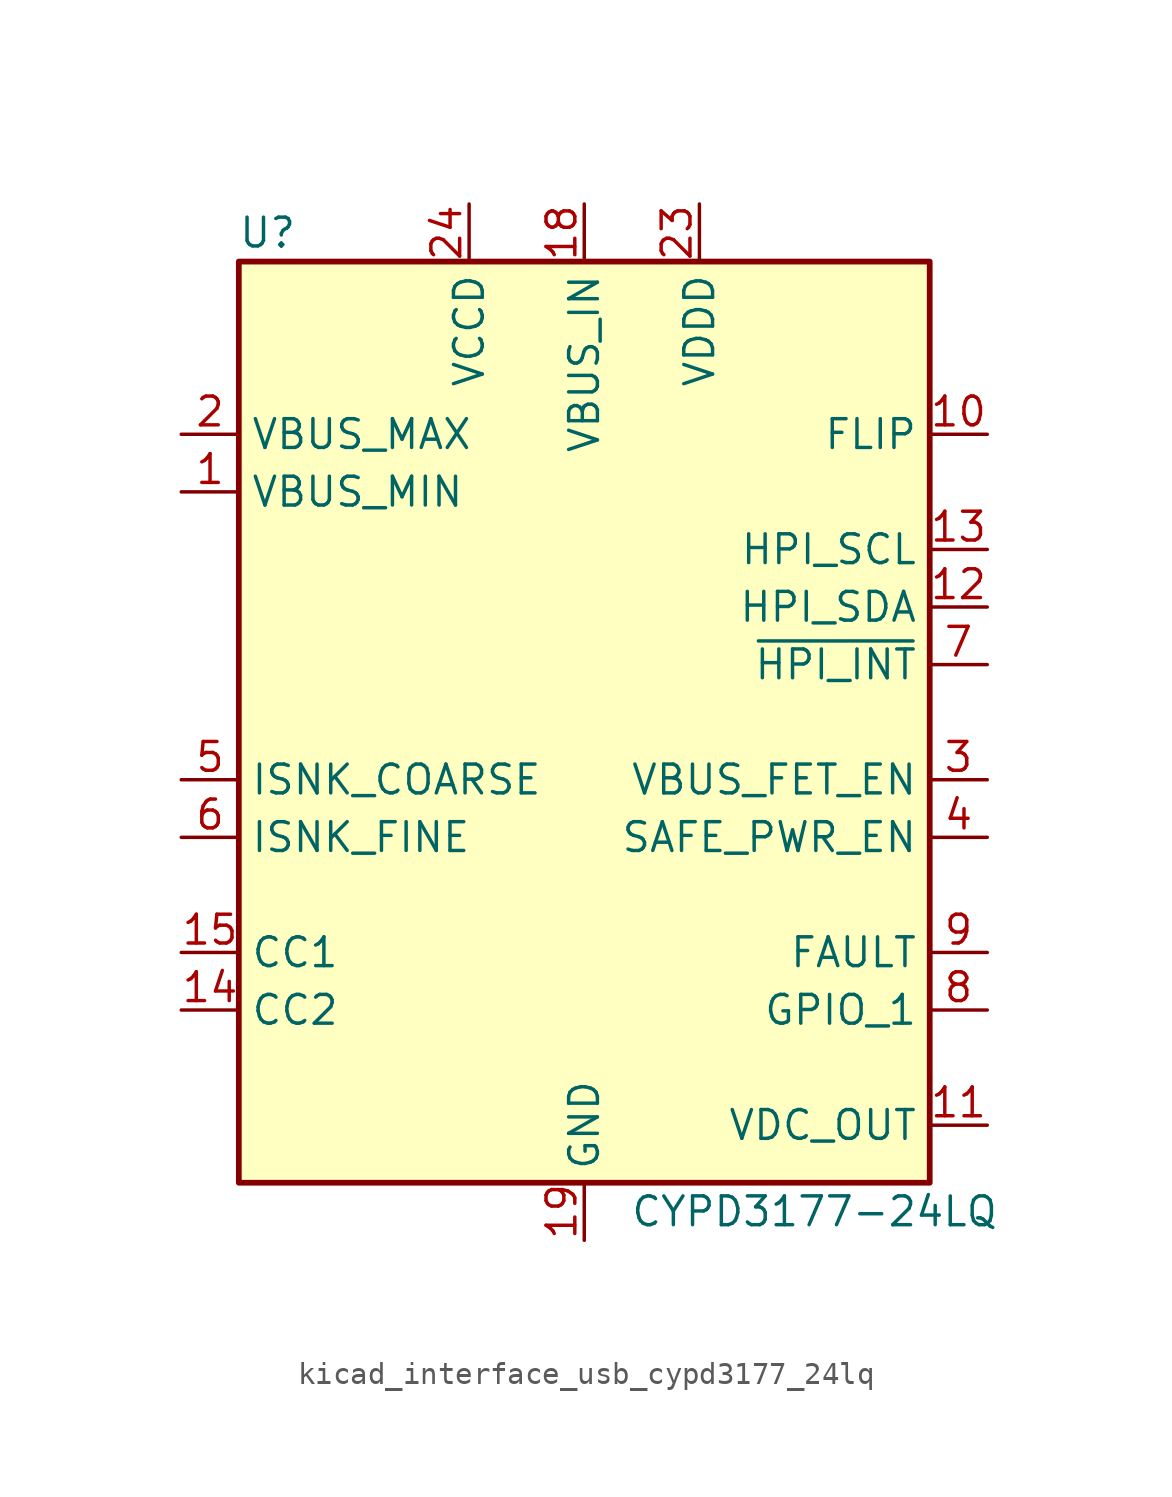
<source format=kicad_sym>
(kicad_symbol_lib
  (version 20220914)
  (generator kicad_symbol_editor)
  (symbol "kicad_interface_usb_cypd3177_24lq"
    (property "Reference" "U"
      (at -13.97 21.59 0)
      (effects (font (size 1.27 1.27))))
    (property "Value" "CYPD3177-24LQ"
      (at 10.16 -21.59 0)
      (effects (font (size 1.27 1.27))))
    (symbol "kicad_interface_usb_cypd3177_24lq_0_1"
      (rectangle (start -15.24 20.32) (end 15.24 -20.32) (stroke (width 0.254) (type default)) (fill (type background))))
    (symbol "kicad_interface_usb_cypd3177_24lq_1_1"
      (pin input line (at -17.78 10.16 0) (length 2.54) (name "VBUS_MIN" (effects (font (size 1.27 1.27)))) (number "1" (effects (font (size 1.27 1.27)))))
      (pin output line (at 17.78 12.7 180) (length 2.54) (name "FLIP" (effects (font (size 1.27 1.27)))) (number "10" (effects (font (size 1.27 1.27)))))
      (pin output line (at 17.78 -17.78 180) (length 2.54) (name "VDC_OUT" (effects (font (size 1.27 1.27)))) (number "11" (effects (font (size 1.27 1.27)))))
      (pin bidirectional line (at 17.78 5.08 180) (length 2.54) (name "HPI_SDA" (effects (font (size 1.27 1.27)))) (number "12" (effects (font (size 1.27 1.27)))))
      (pin bidirectional line (at 17.78 7.62 180) (length 2.54) (name "HPI_SCL" (effects (font (size 1.27 1.27)))) (number "13" (effects (font (size 1.27 1.27)))))
      (pin bidirectional line (at -17.78 -12.7 0) (length 2.54) (name "CC2" (effects (font (size 1.27 1.27)))) (number "14" (effects (font (size 1.27 1.27)))))
      (pin bidirectional line (at -17.78 -10.16 0) (length 2.54) (name "CC1" (effects (font (size 1.27 1.27)))) (number "15" (effects (font (size 1.27 1.27)))))
      (pin no_connect line (at -15.24 2.54 0) (length 2.54) hide (name "NC" (effects (font (size 1.27 1.27)))) (number "16" (effects (font (size 1.27 1.27)))))
      (pin no_connect line (at -15.24 5.08 0) (length 2.54) hide (name "NC" (effects (font (size 1.27 1.27)))) (number "17" (effects (font (size 1.27 1.27)))))
      (pin power_in line (at 0 22.86 270) (length 2.54) (name "VBUS_IN" (effects (font (size 1.27 1.27)))) (number "18" (effects (font (size 1.27 1.27)))))
      (pin power_in line (at 0 -22.86 90) (length 2.54) (name "GND" (effects (font (size 1.27 1.27)))) (number "19" (effects (font (size 1.27 1.27)))))
      (pin input line (at -17.78 12.7 0) (length 2.54) (name "VBUS_MAX" (effects (font (size 1.27 1.27)))) (number "2" (effects (font (size 1.27 1.27)))))
      (pin no_connect line (at 15.24 17.78 180) (length 2.54) hide (name "NC" (effects (font (size 1.27 1.27)))) (number "20" (effects (font (size 1.27 1.27)))))
      (pin no_connect line (at 15.24 15.24 180) (length 2.54) hide (name "NC" (effects (font (size 1.27 1.27)))) (number "21" (effects (font (size 1.27 1.27)))))
      (pin passive line (at 0 -22.86 90) (length 2.54) hide (name "GND" (effects (font (size 1.27 1.27)))) (number "22" (effects (font (size 1.27 1.27)))))
      (pin power_out line (at 5.08 22.86 270) (length 2.54) (name "VDDD" (effects (font (size 1.27 1.27)))) (number "23" (effects (font (size 1.27 1.27)))))
      (pin power_out line (at -5.08 22.86 270) (length 2.54) (name "VCCD" (effects (font (size 1.27 1.27)))) (number "24" (effects (font (size 1.27 1.27)))))
      (pin passive line (at 0 -22.86 90) (length 2.54) hide (name "GND" (effects (font (size 1.27 1.27)))) (number "25" (effects (font (size 1.27 1.27)))))
      (pin output line (at 17.78 -2.54 180) (length 2.54) (name "VBUS_FET_EN" (effects (font (size 1.27 1.27)))) (number "3" (effects (font (size 1.27 1.27)))))
      (pin output line (at 17.78 -5.08 180) (length 2.54) (name "SAFE_PWR_EN" (effects (font (size 1.27 1.27)))) (number "4" (effects (font (size 1.27 1.27)))))
      (pin input line (at -17.78 -2.54 0) (length 2.54) (name "ISNK_COARSE" (effects (font (size 1.27 1.27)))) (number "5" (effects (font (size 1.27 1.27)))))
      (pin input line (at -17.78 -5.08 0) (length 2.54) (name "ISNK_FINE" (effects (font (size 1.27 1.27)))) (number "6" (effects (font (size 1.27 1.27)))))
      (pin input line (at 17.78 2.54 180) (length 2.54) (name "~{HPI_INT}" (effects (font (size 1.27 1.27)))) (number "7" (effects (font (size 1.27 1.27)))))
      (pin bidirectional line (at 17.78 -12.7 180) (length 2.54) (name "GPIO_1" (effects (font (size 1.27 1.27)))) (number "8" (effects (font (size 1.27 1.27)))))
      (pin output line (at 17.78 -10.16 180) (length 2.54) (name "FAULT" (effects (font (size 1.27 1.27)))) (number "9" (effects (font (size 1.27 1.27))))))))
</source>
